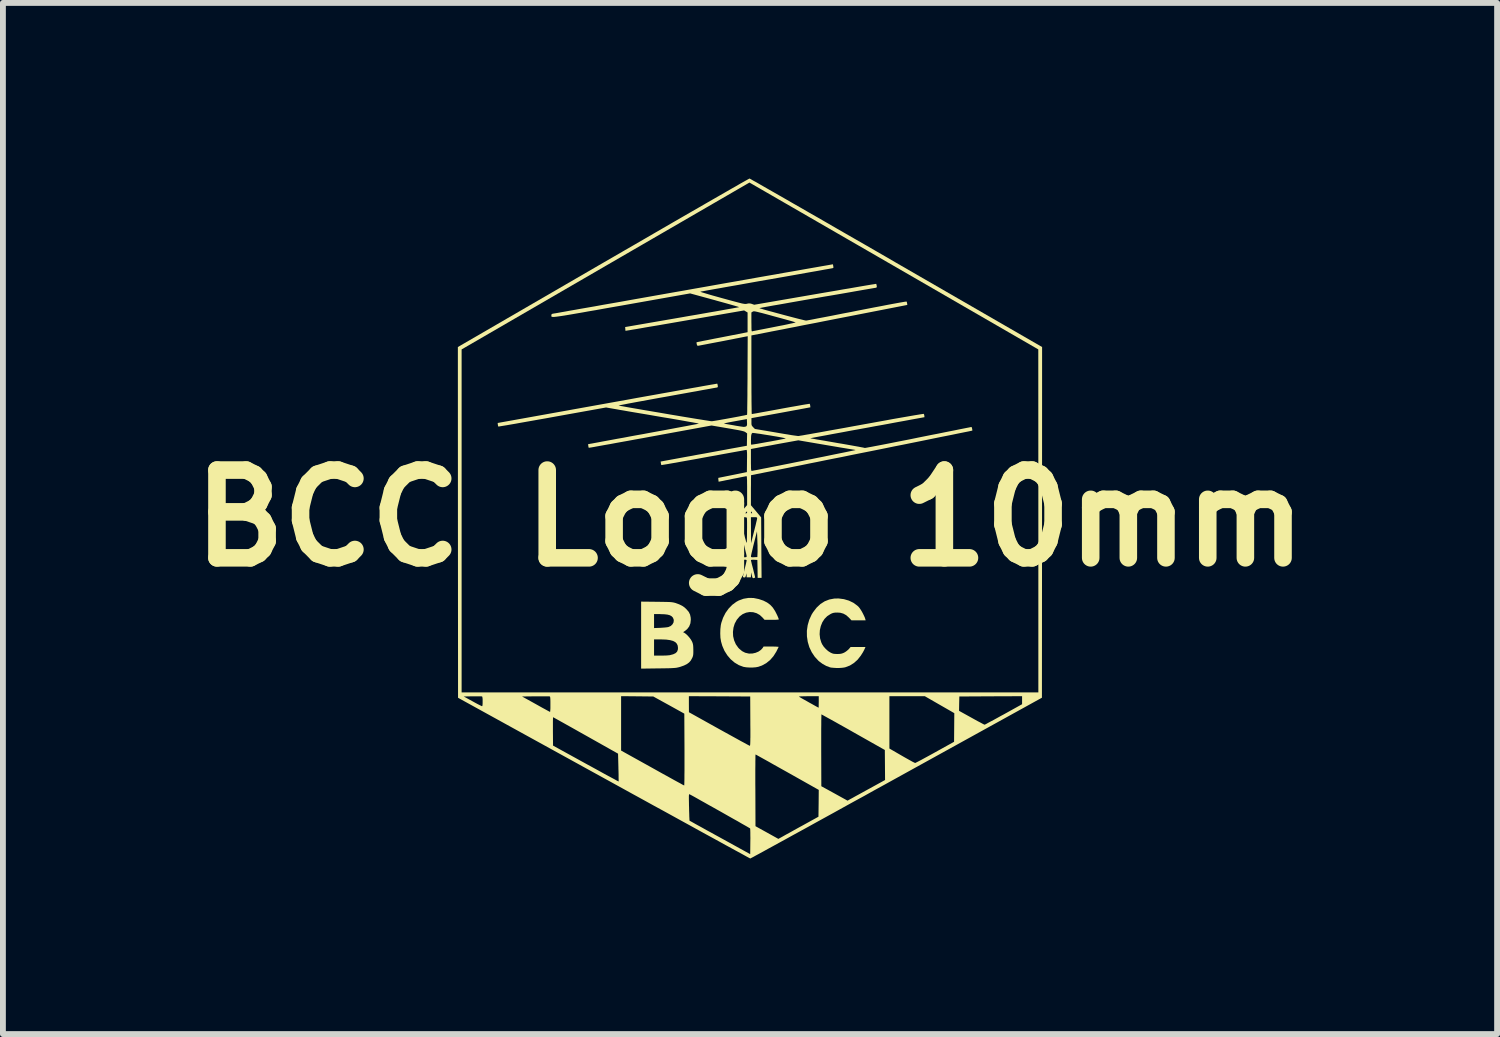
<source format=kicad_pcb>
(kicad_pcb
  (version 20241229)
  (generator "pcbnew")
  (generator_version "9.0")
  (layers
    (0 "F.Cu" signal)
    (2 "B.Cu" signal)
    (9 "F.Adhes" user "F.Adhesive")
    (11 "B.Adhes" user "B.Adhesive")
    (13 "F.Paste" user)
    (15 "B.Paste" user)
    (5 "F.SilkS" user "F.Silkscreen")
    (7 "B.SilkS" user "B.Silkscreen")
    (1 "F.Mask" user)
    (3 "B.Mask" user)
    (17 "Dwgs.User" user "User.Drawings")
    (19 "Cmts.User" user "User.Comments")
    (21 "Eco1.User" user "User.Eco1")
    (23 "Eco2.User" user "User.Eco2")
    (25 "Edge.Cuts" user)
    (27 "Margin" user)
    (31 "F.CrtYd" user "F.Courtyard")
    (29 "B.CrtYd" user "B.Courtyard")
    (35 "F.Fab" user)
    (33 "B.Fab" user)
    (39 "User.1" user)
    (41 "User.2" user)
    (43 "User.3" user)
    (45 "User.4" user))
  (footprint "BCC Logo 10mm"
    (layer "F.Cu")
    (at 9.764 5.803)
    (property "Reference" "BCC Logo 10mm" (at 0 0 0) (layer "F.SilkS") (effects (font (size 1.5 1.5) (thickness 0.3))))
    (attr board_only exclude_from_pos_files exclude_from_bom)
    (fp_poly (pts (xy 1.605 1.384) (xy 1.69 1.409) (xy 1.767 1.446) (xy 1.835 1.496) (xy 1.858 1.518) (xy 1.877 1.542) (xy 1.9 1.577) (xy 1.923 1.617) (xy 1.944 1.659) (xy 1.961 1.696) (xy 1.97 1.723) (xy 1.976 1.746) (xy 1.855 1.746) (xy 1.734 1.746) (xy 1.691 1.7) (xy 1.644 1.658) (xy 1.595 1.631) (xy 1.541 1.616) (xy 1.492 1.613) (xy 1.455 1.614) (xy 1.427 1.618) (xy 1.401 1.626) (xy 1.375 1.639) (xy 1.319 1.675) (xy 1.273 1.722) (xy 1.236 1.779) (xy 1.21 1.844) (xy 1.194 1.913) (xy 1.19 1.984) (xy 1.198 2.056) (xy 1.219 2.125) (xy 1.233 2.155) (xy 1.259 2.195) (xy 1.295 2.235) (xy 1.335 2.271) (xy 1.376 2.297) (xy 1.378 2.298) (xy 1.404 2.31) (xy 1.428 2.317) (xy 1.456 2.32) (xy 1.493 2.321) (xy 1.53 2.32) (xy 1.558 2.316) (xy 1.582 2.309) (xy 1.609 2.298) (xy 1.641 2.278) (xy 1.672 2.253) (xy 1.687 2.239) (xy 1.719 2.202) (xy 1.846 2.202) (xy 1.973 2.202) (xy 1.956 2.241) (xy 1.944 2.265) (xy 1.926 2.298) (xy 1.904 2.332) (xy 1.895 2.347) (xy 1.84 2.417) (xy 1.777 2.474) (xy 1.707 2.518) (xy 1.631 2.547) (xy 1.609 2.552) (xy 1.571 2.557) (xy 1.525 2.56) (xy 1.474 2.56) (xy 1.426 2.557) (xy 1.385 2.553) (xy 1.367 2.549) (xy 1.303 2.525) (xy 1.24 2.49) (xy 1.182 2.447) (xy 1.174 2.441) (xy 1.108 2.37) (xy 1.055 2.291) (xy 1.014 2.205) (xy 0.987 2.114) (xy 0.973 2.02) (xy 0.972 1.924) (xy 0.986 1.828) (xy 1.013 1.735) (xy 1.054 1.646) (xy 1.081 1.603) (xy 1.139 1.528) (xy 1.204 1.467) (xy 1.276 1.421) (xy 1.355 1.39) (xy 1.439 1.374) (xy 1.513 1.372)) (stroke (width 0) (type solid)) (fill yes) (layer "F.SilkS"))
    (fp_poly (pts (xy 0.06 1.364) (xy 0.149 1.382) (xy 0.152 1.383) (xy 0.229 1.409) (xy 0.292 1.441) (xy 0.345 1.48) (xy 0.39 1.528) (xy 0.429 1.588) (xy 0.452 1.633) (xy 0.469 1.668) (xy 0.482 1.699) (xy 0.49 1.72) (xy 0.492 1.731) (xy 0.492 1.731) (xy 0.483 1.733) (xy 0.461 1.735) (xy 0.428 1.737) (xy 0.388 1.737) (xy 0.369 1.737) (xy 0.249 1.737) (xy 0.215 1.699) (xy 0.168 1.655) (xy 0.113 1.624) (xy 0.054 1.607) (xy -0.007 1.604) (xy -0.067 1.615) (xy -0.125 1.64) (xy -0.176 1.678) (xy -0.179 1.681) (xy -0.226 1.737) (xy -0.261 1.802) (xy -0.282 1.871) (xy -0.291 1.944) (xy -0.288 2.017) (xy -0.271 2.088) (xy -0.242 2.155) (xy -0.2 2.214) (xy -0.184 2.231) (xy -0.135 2.272) (xy -0.083 2.299) (xy -0.024 2.313) (xy -0.012 2.314) (xy 0.041 2.313) (xy 0.095 2.301) (xy 0.145 2.28) (xy 0.187 2.251) (xy 0.216 2.219) (xy 0.232 2.194) (xy 0.361 2.194) (xy 0.405 2.194) (xy 0.442 2.195) (xy 0.47 2.197) (xy 0.486 2.198) (xy 0.489 2.199) (xy 0.486 2.208) (xy 0.476 2.228) (xy 0.462 2.256) (xy 0.451 2.279) (xy 0.402 2.357) (xy 0.344 2.424) (xy 0.277 2.478) (xy 0.204 2.518) (xy 0.141 2.54) (xy 0.099 2.548) (xy 0.047 2.552) (xy -0.008 2.552) (xy -0.06 2.549) (xy -0.104 2.542) (xy -0.113 2.54) (xy -0.191 2.511) (xy -0.264 2.467) (xy -0.33 2.411) (xy -0.387 2.344) (xy -0.436 2.267) (xy -0.473 2.182) (xy -0.494 2.109) (xy -0.505 2.043) (xy -0.508 1.97) (xy -0.506 1.896) (xy -0.498 1.826) (xy -0.49 1.79) (xy -0.46 1.702) (xy -0.418 1.619) (xy -0.365 1.545) (xy -0.303 1.481) (xy -0.234 1.43) (xy -0.192 1.407) (xy -0.11 1.377) (xy -0.026 1.363)) (stroke (width 0) (type solid)) (fill yes) (layer "F.SilkS"))
    (fp_poly (pts (xy -1.593 1.429) (xy -1.519 1.43) (xy -1.46 1.431) (xy -1.412 1.432) (xy -1.376 1.433) (xy -1.347 1.435) (xy -1.324 1.438) (xy -1.306 1.441) (xy -1.29 1.445) (xy -1.274 1.449) (xy -1.268 1.451) (xy -1.209 1.473) (xy -1.16 1.497) (xy -1.119 1.525) (xy -1.085 1.557) (xy -1.047 1.601) (xy -1.024 1.647) (xy -1.013 1.699) (xy -1.011 1.734) (xy -1.018 1.797) (xy -1.039 1.851) (xy -1.073 1.896) (xy -1.107 1.924) (xy -1.143 1.948) (xy -1.12 1.96) (xy -1.095 1.978) (xy -1.065 2.006) (xy -1.035 2.04) (xy -1.009 2.075) (xy -0.991 2.107) (xy -0.99 2.109) (xy -0.981 2.131) (xy -0.975 2.152) (xy -0.971 2.177) (xy -0.969 2.209) (xy -0.968 2.249) (xy -0.968 2.292) (xy -0.969 2.322) (xy -0.972 2.345) (xy -0.977 2.364) (xy -0.985 2.384) (xy -0.988 2.39) (xy -1.011 2.432) (xy -1.041 2.466) (xy -1.079 2.494) (xy -1.128 2.518) (xy -1.19 2.54) (xy -1.215 2.547) (xy -1.233 2.551) (xy -1.251 2.555) (xy -1.272 2.558) (xy -1.298 2.56) (xy -1.33 2.562) (xy -1.37 2.564) (xy -1.42 2.565) (xy -1.483 2.566) (xy -1.56 2.567) (xy -1.568 2.567) (xy -1.86 2.571) (xy -1.86 2.072) (xy -1.639 2.072) (xy -1.639 2.21) (xy -1.639 2.349) (xy -1.527 2.349) (xy -1.481 2.348) (xy -1.435 2.347) (xy -1.396 2.344) (xy -1.368 2.341) (xy -1.366 2.34) (xy -1.312 2.326) (xy -1.272 2.307) (xy -1.246 2.282) (xy -1.233 2.249) (xy -1.23 2.219) (xy -1.235 2.178) (xy -1.25 2.145) (xy -1.276 2.118) (xy -1.314 2.098) (xy -1.366 2.084) (xy -1.43 2.075) (xy -1.51 2.072) (xy -1.53 2.072) (xy -1.639 2.072) (xy -1.86 2.072) (xy -1.86 1.999) (xy -1.86 1.639) (xy -1.639 1.639) (xy -1.639 1.759) (xy -1.639 1.878) (xy -1.531 1.874) (xy -1.488 1.871) (xy -1.448 1.868) (xy -1.415 1.864) (xy -1.394 1.86) (xy -1.393 1.86) (xy -1.353 1.842) (xy -1.324 1.814) (xy -1.306 1.781) (xy -1.302 1.744) (xy -1.305 1.728) (xy -1.318 1.698) (xy -1.339 1.676) (xy -1.369 1.659) (xy -1.41 1.648) (xy -1.463 1.642) (xy -1.531 1.64) (xy -1.535 1.639) (xy -1.639 1.639) (xy -1.86 1.639) (xy -1.86 1.426)) (stroke (width 0) (type solid)) (fill yes) (layer "F.SilkS"))
    (fp_poly (pts (xy 0.000047 -5.799) (xy 0.022 -5.787) (xy 0.056 -5.767) (xy 0.104 -5.741) (xy 0.163 -5.707) (xy 0.234 -5.666) (xy 0.316 -5.619) (xy 0.409 -5.566) (xy 0.512 -5.507) (xy 0.624 -5.443) (xy 0.745 -5.373) (xy 0.875 -5.299) (xy 1.013 -5.219) (xy 1.159 -5.136) (xy 1.311 -5.048) (xy 1.47 -4.956) (xy 1.635 -4.861) (xy 1.806 -4.763) (xy 1.982 -4.662) (xy 2.162 -4.558) (xy 2.346 -4.452) (xy 2.498 -4.363) (xy 4.991 -2.924) (xy 4.99 0.072) (xy 4.988 3.068) (xy 2.501 4.442) (xy 2.313 4.546) (xy 2.129 4.647) (xy 1.95 4.747) (xy 1.774 4.843) (xy 1.604 4.937) (xy 1.44 5.028) (xy 1.282 5.115) (xy 1.131 5.198) (xy 0.987 5.278) (xy 0.85 5.353) (xy 0.722 5.423) (xy 0.603 5.489) (xy 0.493 5.549) (xy 0.393 5.604) (xy 0.303 5.653) (xy 0.224 5.697) (xy 0.156 5.734) (xy 0.1 5.764) (xy 0.057 5.788) (xy 0.026 5.804) (xy 0.009 5.813) (xy 0.005 5.815) (xy -0.003 5.811) (xy -0.024 5.8) (xy -0.059 5.781) (xy -0.106 5.755) (xy -0.166 5.722) (xy -0.238 5.683) (xy -0.32 5.638) (xy -0.414 5.587) (xy -0.517 5.53) (xy -0.63 5.468) (xy -0.753 5.401) (xy -0.884 5.329) (xy -1.023 5.252) (xy -1.169 5.172) (xy -1.323 5.087) (xy -1.483 4.999) (xy -1.65 4.908) (xy -1.822 4.813) (xy -1.902 4.769) (xy -1.044 4.769) (xy -1.044 4.804) (xy -1.043 4.851) (xy -1.042 4.912) (xy -1.041 4.939) (xy -1.04 4.998) (xy -1.038 5.051) (xy -1.037 5.097) (xy -1.035 5.134) (xy -1.034 5.158) (xy -1.033 5.168) (xy -1.033 5.169) (xy -1.026 5.173) (xy -1.005 5.184) (xy -0.973 5.202) (xy -0.929 5.227) (xy -0.876 5.256) (xy -0.814 5.29) (xy -0.745 5.329) (xy -0.669 5.37) (xy -0.588 5.415) (xy -0.513 5.456) (xy 0.004 5.741) (xy 0.006 5.524) (xy 0.007 5.466) (xy 0.006 5.413) (xy 0.006 5.368) (xy 0.005 5.333) (xy 0.004 5.31) (xy 0.002 5.301) (xy -0.006 5.296) (xy -0.027 5.284) (xy -0.059 5.265) (xy -0.102 5.241) (xy -0.153 5.212) (xy -0.211 5.178) (xy -0.276 5.142) (xy -0.345 5.103) (xy -0.417 5.062) (xy -0.491 5.02) (xy -0.566 4.978) (xy -0.639 4.937) (xy -0.711 4.897) (xy -0.778 4.859) (xy -0.841 4.824) (xy -0.897 4.792) (xy -0.945 4.765) (xy -0.985 4.743) (xy -1.013 4.728) (xy -1.03 4.719) (xy -1.033 4.717) (xy -1.037 4.717) (xy -1.04 4.72) (xy -1.042 4.728) (xy -1.044 4.744) (xy -1.044 4.769) (xy -1.902 4.769) (xy -1.999 4.716) (xy -2.18 4.616) (xy -2.365 4.514) (xy -2.496 4.442) (xy -4.09 3.564) (xy -3.367 3.564) (xy -3.367 3.623) (xy -3.367 3.644) (xy -3.365 3.886) (xy -2.806 4.194) (xy -2.718 4.242) (xy -2.634 4.288) (xy -2.556 4.331) (xy -2.484 4.371) (xy -2.419 4.406) (xy -2.363 4.436) (xy -2.316 4.461) (xy -2.281 4.481) (xy -2.257 4.493) (xy -2.246 4.499) (xy -2.245 4.499) (xy -2.244 4.49) (xy -2.244 4.468) (xy -2.245 4.433) (xy -2.245 4.388) (xy -2.246 4.335) (xy -2.248 4.275) (xy -2.248 4.26) (xy -2.254 4.024) (xy -2.806 3.713) (xy -2.894 3.664) (xy -2.977 3.617) (xy -3.055 3.573) (xy -3.127 3.533) (xy -3.191 3.497) (xy -3.247 3.466) (xy -3.293 3.44) (xy -3.329 3.42) (xy -3.352 3.407) (xy -3.363 3.402) (xy -3.364 3.401) (xy -3.365 3.409) (xy -3.366 3.431) (xy -3.367 3.466) (xy -3.367 3.51) (xy -3.367 3.564) (xy -4.09 3.564) (xy -4.988 3.069) (xy -4.988 3.047) (xy -4.89 3.047) (xy -4.739 3.13) (xy -4.694 3.155) (xy -4.653 3.177) (xy -4.619 3.194) (xy -4.593 3.207) (xy -4.58 3.213) (xy -4.578 3.213) (xy -4.573 3.209) (xy -4.57 3.193) (xy -4.568 3.164) (xy -4.568 3.132) (xy -4.568 3.091) (xy -4.571 3.064) (xy -4.575 3.049) (xy -4.578 3.047) (xy -3.894 3.047) (xy -3.658 3.178) (xy -3.601 3.21) (xy -3.549 3.239) (xy -3.503 3.264) (xy -3.465 3.285) (xy -3.437 3.3) (xy -3.42 3.309) (xy -3.416 3.311) (xy -3.414 3.304) (xy -3.412 3.282) (xy -3.41 3.25) (xy -3.41 3.21) (xy -3.41 3.181) (xy -3.41 3.128) (xy -3.411 3.09) (xy -3.413 3.065) (xy -3.416 3.051) (xy -3.42 3.046) (xy -3.43 3.045) (xy -3.455 3.044) (xy -3.492 3.044) (xy -3.538 3.044) (xy -3.592 3.044) (xy -3.652 3.044) (xy -3.662 3.044) (xy -3.894 3.047) (xy -4.578 3.047) (xy -4.578 3.046) (xy -4.589 3.045) (xy -4.614 3.044) (xy -4.65 3.044) (xy -4.693 3.044) (xy -4.739 3.044) (xy -4.89 3.047) (xy -4.988 3.047) (xy -4.988 3.042) (xy -2.202 3.042) (xy -2.202 3.506) (xy -2.202 3.971) (xy -1.666 4.269) (xy -1.58 4.317) (xy -1.498 4.363) (xy -1.421 4.405) (xy -1.351 4.444) (xy -1.288 4.479) (xy -1.233 4.509) (xy -1.188 4.533) (xy -1.155 4.552) (xy -1.133 4.563) (xy -1.124 4.568) (xy -1.124 4.568) (xy -1.123 4.56) (xy -1.122 4.537) (xy -1.121 4.5) (xy -1.12 4.452) (xy 0.091 4.452) (xy 0.091 4.545) (xy 0.092 4.643) (xy 0.092 4.65) (xy 0.094 5.263) (xy 0.289 5.371) (xy 0.485 5.48) (xy 0.534 5.453) (xy 0.552 5.443) (xy 0.582 5.426) (xy 0.623 5.403) (xy 0.673 5.376) (xy 0.73 5.344) (xy 0.791 5.31) (xy 0.856 5.274) (xy 0.877 5.263) (xy 1.17 5.101) (xy 1.173 4.872) (xy 1.175 4.643) (xy 0.637 4.34) (xy 0.551 4.292) (xy 0.469 4.246) (xy 0.392 4.203) (xy 0.322 4.163) (xy 0.259 4.128) (xy 0.205 4.098) (xy 0.16 4.073) (xy 0.126 4.054) (xy 0.104 4.042) (xy 0.095 4.038) (xy 0.095 4.038) (xy 0.094 4.046) (xy 0.093 4.069) (xy 0.093 4.105) (xy 0.092 4.155) (xy 0.092 4.215) (xy 0.091 4.286) (xy 0.091 4.365) (xy 0.091 4.452) (xy -1.12 4.452) (xy -1.12 4.451) (xy -1.12 4.39) (xy -1.119 4.319) (xy -1.119 4.24) (xy -1.119 4.153) (xy -1.119 4.06) (xy -1.119 3.962) (xy -1.119 3.954) (xy -1.122 3.34) (xy -1.387 3.193) (xy -1.652 3.047) (xy -1.927 3.044) (xy -2.144 3.042) (xy -1.044 3.042) (xy -1.044 3.179) (xy -1.043 3.316) (xy -0.528 3.603) (xy -0.443 3.65) (xy -0.363 3.694) (xy -0.287 3.736) (xy -0.218 3.774) (xy -0.157 3.808) (xy -0.104 3.836) (xy -0.061 3.86) (xy -0.029 3.877) (xy -0.009 3.887) (xy -0.002 3.89) (xy 0.000384 3.887) (xy 0.002 3.878) (xy 0.004 3.86) (xy 0.005 3.833) (xy 0.006 3.796) (xy 0.006 3.767) (xy 1.217 3.767) (xy 1.217 3.86) (xy 1.217 3.958) (xy 1.217 3.966) (xy 1.219 4.58) (xy 1.443 4.703) (xy 1.667 4.827) (xy 1.716 4.799) (xy 1.735 4.789) (xy 1.766 4.772) (xy 1.807 4.749) (xy 1.857 4.722) (xy 1.913 4.691) (xy 1.973 4.658) (xy 2.037 4.623) (xy 2.037 4.623) (xy 2.308 4.474) (xy 2.306 4.217) (xy 2.304 3.961) (xy 1.766 3.657) (xy 1.68 3.608) (xy 1.598 3.562) (xy 1.521 3.519) (xy 1.45 3.479) (xy 1.387 3.444) (xy 1.332 3.414) (xy 1.287 3.389) (xy 1.253 3.37) (xy 1.231 3.358) (xy 1.222 3.353) (xy 1.221 3.353) (xy 1.22 3.361) (xy 1.22 3.384) (xy 1.219 3.42) (xy 1.218 3.47) (xy 1.218 3.53) (xy 1.217 3.601) (xy 1.217 3.68) (xy 1.217 3.767) (xy 0.006 3.767) (xy 0.007 3.748) (xy 0.007 3.688) (xy 0.007 3.614) (xy 0.006 3.525) (xy 0.006 3.469) (xy 0.004 3.05) (xy 0.836 3.05) (xy 0.836 3.05) (xy 0.845 3.055) (xy 0.865 3.067) (xy 0.894 3.084) (xy 0.93 3.104) (xy 0.971 3.127) (xy 1.013 3.151) (xy 1.055 3.174) (xy 1.094 3.196) (xy 1.128 3.215) (xy 1.154 3.229) (xy 1.169 3.237) (xy 1.173 3.238) (xy 1.173 3.231) (xy 1.174 3.21) (xy 1.174 3.179) (xy 1.175 3.141) (xy 1.175 3.14) (xy 1.175 3.042) (xy 2.382 3.042) (xy 2.382 3.489) (xy 2.382 3.936) (xy 2.596 4.06) (xy 2.65 4.091) (xy 2.7 4.119) (xy 2.743 4.143) (xy 2.779 4.163) (xy 2.806 4.176) (xy 2.82 4.183) (xy 2.822 4.183) (xy 2.832 4.179) (xy 2.854 4.168) (xy 2.887 4.151) (xy 2.931 4.128) (xy 2.982 4.1) (xy 3.041 4.068) (xy 3.105 4.033) (xy 3.161 4.002) (xy 3.487 3.821) (xy 3.489 3.577) (xy 3.491 3.332) (xy 3.422 3.292) (xy 3.572 3.292) (xy 3.787 3.411) (xy 3.841 3.441) (xy 3.89 3.468) (xy 3.934 3.491) (xy 3.969 3.51) (xy 3.994 3.523) (xy 4.008 3.529) (xy 4.009 3.529) (xy 4.018 3.525) (xy 4.04 3.514) (xy 4.072 3.496) (xy 4.115 3.473) (xy 4.166 3.446) (xy 4.224 3.414) (xy 4.287 3.379) (xy 4.334 3.354) (xy 4.649 3.179) (xy 4.649 3.111) (xy 4.649 3.042) (xy 4.113 3.044) (xy 3.577 3.047) (xy 3.574 3.169) (xy 3.572 3.292) (xy 3.422 3.292) (xy 3.239 3.187) (xy 2.987 3.042) (xy 2.685 3.042) (xy 2.382 3.042) (xy 1.175 3.042) (xy 1.002 3.042) (xy 0.945 3.043) (xy 0.899 3.044) (xy 0.864 3.045) (xy 0.843 3.047) (xy 0.836 3.05) (xy 0.004 3.05) (xy 0.004 3.047) (xy -0.52 3.044) (xy -1.044 3.042) (xy -2.144 3.042) (xy -2.202 3.042) (xy -4.988 3.042) (xy -4.988 2.977) (xy -4.927 2.977) (xy 0 2.977) (xy 4.927 2.977) (xy 4.927 0.047) (xy 4.926 -2.883) (xy 2.459 -4.309) (xy -0.009 -5.734) (xy -2.468 -4.309) (xy -4.927 -2.883) (xy -4.927 0.047) (xy -4.927 2.977) (xy -4.988 2.977) (xy -4.99 0.072) (xy -4.991 -2.924) (xy -2.507 -4.364) (xy -2.32 -4.472) (xy -2.137 -4.578) (xy -1.958 -4.681) (xy -1.784 -4.782) (xy -1.615 -4.88) (xy -1.451 -4.975) (xy -1.294 -5.066) (xy -1.143 -5.153) (xy -0.999 -5.236) (xy -0.863 -5.314) (xy -0.735 -5.388) (xy -0.615 -5.457) (xy -0.505 -5.52) (xy -0.404 -5.578) (xy -0.314 -5.63) (xy -0.234 -5.675) (xy -0.166 -5.715) (xy -0.109 -5.747) (xy -0.064 -5.772) (xy -0.032 -5.79) (xy -0.013 -5.8) (xy -0.008 -5.803)) (stroke (width 0) (type solid)) (fill yes) (layer "F.SilkS"))
    (fp_poly (pts (xy 1.419 -4.329) (xy 1.422 -4.31) (xy 1.423 -4.305) (xy 1.426 -4.285) (xy 1.422 -4.275) (xy 1.41 -4.271) (xy 1.41 -4.27) (xy 1.4 -4.269) (xy 1.374 -4.264) (xy 1.335 -4.257) (xy 1.282 -4.248) (xy 1.217 -4.236) (xy 1.14 -4.222) (xy 1.053 -4.207) (xy 0.957 -4.19) (xy 0.852 -4.171) (xy 0.739 -4.151) (xy 0.62 -4.13) (xy 0.494 -4.108) (xy 0.364 -4.085) (xy 0.277 -4.07) (xy 0.145 -4.047) (xy 0.016 -4.024) (xy -0.107 -4.002) (xy -0.223 -3.981) (xy -0.333 -3.962) (xy -0.435 -3.944) (xy -0.528 -3.927) (xy -0.61 -3.913) (xy -0.682 -3.9) (xy -0.743 -3.889) (xy -0.79 -3.88) (xy -0.824 -3.874) (xy -0.844 -3.87) (xy -0.848 -3.869) (xy -0.843 -3.866) (xy -0.824 -3.859) (xy -0.791 -3.849) (xy -0.748 -3.836) (xy -0.694 -3.82) (xy -0.632 -3.802) (xy -0.563 -3.783) (xy -0.488 -3.762) (xy -0.477 -3.759) (xy -0.39 -3.735) (xy -0.316 -3.715) (xy -0.256 -3.699) (xy -0.207 -3.686) (xy -0.168 -3.676) (xy -0.137 -3.668) (xy -0.114 -3.664) (xy -0.096 -3.661) (xy -0.082 -3.66) (xy -0.071 -3.66) (xy -0.061 -3.661) (xy -0.05 -3.664) (xy -0.05 -3.664) (xy -0.021 -3.669) (xy 0.002 -3.668) (xy 0.027 -3.662) (xy 0.033 -3.66) (xy 0.072 -3.646) (xy 1.114 -3.826) (xy 1.242 -3.848) (xy 1.365 -3.869) (xy 1.483 -3.889) (xy 1.595 -3.909) (xy 1.699 -3.926) (xy 1.796 -3.943) (xy 1.882 -3.958) (xy 1.959 -3.971) (xy 2.025 -3.982) (xy 2.078 -3.991) (xy 2.119 -3.997) (xy 2.145 -4.002) (xy 2.157 -4.003) (xy 2.157 -4.003) (xy 2.16 -3.994) (xy 2.164 -3.976) (xy 2.165 -3.971) (xy 2.167 -3.951) (xy 2.163 -3.942) (xy 2.152 -3.937) (xy 2.141 -3.935) (xy 2.116 -3.931) (xy 2.077 -3.924) (xy 2.024 -3.915) (xy 1.959 -3.904) (xy 1.884 -3.891) (xy 1.798 -3.876) (xy 1.703 -3.859) (xy 1.6 -3.841) (xy 1.49 -3.822) (xy 1.373 -3.802) (xy 1.252 -3.782) (xy 1.144 -3.763) (xy 1.02 -3.742) (xy 0.9 -3.721) (xy 0.786 -3.701) (xy 0.678 -3.682) (xy 0.578 -3.664) (xy 0.486 -3.648) (xy 0.403 -3.634) (xy 0.332 -3.621) (xy 0.271 -3.61) (xy 0.223 -3.601) (xy 0.188 -3.594) (xy 0.167 -3.59) (xy 0.162 -3.588) (xy 0.171 -3.584) (xy 0.195 -3.577) (xy 0.231 -3.566) (xy 0.277 -3.553) (xy 0.331 -3.538) (xy 0.392 -3.522) (xy 0.457 -3.504) (xy 0.525 -3.486) (xy 0.595 -3.467) (xy 0.663 -3.449) (xy 0.728 -3.432) (xy 0.789 -3.416) (xy 0.844 -3.402) (xy 0.89 -3.391) (xy 0.925 -3.382) (xy 0.949 -3.377) (xy 0.958 -3.376) (xy 0.97 -3.377) (xy 0.996 -3.382) (xy 1.036 -3.389) (xy 1.088 -3.399) (xy 1.153 -3.412) (xy 1.228 -3.426) (xy 1.312 -3.442) (xy 1.405 -3.46) (xy 1.505 -3.48) (xy 1.612 -3.501) (xy 1.724 -3.522) (xy 1.827 -3.543) (xy 1.981 -3.573) (xy 2.119 -3.6) (xy 2.242 -3.623) (xy 2.349 -3.644) (xy 2.44 -3.661) (xy 2.517 -3.675) (xy 2.578 -3.686) (xy 2.624 -3.694) (xy 2.656 -3.699) (xy 2.673 -3.7) (xy 2.677 -3.7) (xy 2.681 -3.686) (xy 2.685 -3.667) (xy 2.688 -3.643) (xy 1.66 -3.442) (xy 1.526 -3.416) (xy 1.393 -3.39) (xy 1.261 -3.364) (xy 1.131 -3.338) (xy 1.006 -3.314) (xy 0.887 -3.291) (xy 0.774 -3.268) (xy 0.669 -3.248) (xy 0.575 -3.229) (xy 0.491 -3.213) (xy 0.419 -3.199) (xy 0.361 -3.188) (xy 0.328 -3.181) (xy 0.024 -3.122) (xy 0.024 -2.45) (xy 0.025 -2.347) (xy 0.025 -2.249) (xy 0.025 -2.156) (xy 0.026 -2.071) (xy 0.026 -1.995) (xy 0.027 -1.928) (xy 0.028 -1.872) (xy 0.028 -1.828) (xy 0.029 -1.797) (xy 0.03 -1.781) (xy 0.031 -1.778) (xy 0.04 -1.78) (xy 0.063 -1.784) (xy 0.1 -1.79) (xy 0.149 -1.799) (xy 0.208 -1.81) (xy 0.276 -1.822) (xy 0.352 -1.836) (xy 0.434 -1.851) (xy 0.521 -1.867) (xy 0.525 -1.868) (xy 0.612 -1.884) (xy 0.695 -1.899) (xy 0.771 -1.912) (xy 0.839 -1.924) (xy 0.899 -1.935) (xy 0.948 -1.943) (xy 0.986 -1.949) (xy 1.01 -1.953) (xy 1.02 -1.954) (xy 1.02 -1.954) (xy 1.025 -1.944) (xy 1.029 -1.924) (xy 1.029 -1.922) (xy 1.032 -1.894) (xy 0.947 -1.878) (xy 0.921 -1.873) (xy 0.882 -1.866) (xy 0.831 -1.856) (xy 0.769 -1.845) (xy 0.699 -1.832) (xy 0.623 -1.818) (xy 0.542 -1.803) (xy 0.459 -1.788) (xy 0.443 -1.785) (xy 0.025 -1.709) (xy 0.025 -1.646) (xy 0.025 -1.614) (xy 0.027 -1.594) (xy 0.033 -1.579) (xy 0.044 -1.565) (xy 0.054 -1.554) (xy 0.084 -1.524) (xy 0.44 -1.464) (xy 0.515 -1.451) (xy 0.586 -1.439) (xy 0.651 -1.429) (xy 0.708 -1.419) (xy 0.756 -1.412) (xy 0.793 -1.407) (xy 0.816 -1.404) (xy 0.824 -1.403) (xy 0.835 -1.404) (xy 0.862 -1.409) (xy 0.902 -1.415) (xy 0.956 -1.425) (xy 1.022 -1.436) (xy 1.099 -1.45) (xy 1.186 -1.465) (xy 1.283 -1.483) (xy 1.388 -1.502) (xy 1.5 -1.522) (xy 1.618 -1.543) (xy 1.742 -1.566) (xy 1.87 -1.589) (xy 1.907 -1.596) (xy 2.052 -1.622) (xy 2.189 -1.647) (xy 2.317 -1.67) (xy 2.435 -1.692) (xy 2.544 -1.711) (xy 2.642 -1.728) (xy 2.728 -1.743) (xy 2.803 -1.756) (xy 2.864 -1.766) (xy 2.912 -1.774) (xy 2.946 -1.779) (xy 2.965 -1.782) (xy 2.969 -1.781) (xy 2.975 -1.769) (xy 2.979 -1.75) (xy 2.981 -1.725) (xy 2.777 -1.688) (xy 2.739 -1.681) (xy 2.686 -1.671) (xy 2.621 -1.659) (xy 2.543 -1.645) (xy 2.456 -1.629) (xy 2.361 -1.611) (xy 2.258 -1.592) (xy 2.15 -1.573) (xy 2.038 -1.552) (xy 1.923 -1.531) (xy 1.808 -1.51) (xy 1.801 -1.509) (xy 1.691 -1.489) (xy 1.586 -1.469) (xy 1.487 -1.451) (xy 1.394 -1.434) (xy 1.31 -1.418) (xy 1.234 -1.404) (xy 1.169 -1.392) (xy 1.115 -1.382) (xy 1.073 -1.374) (xy 1.045 -1.368) (xy 1.031 -1.365) (xy 1.03 -1.365) (xy 1.038 -1.363) (xy 1.061 -1.359) (xy 1.097 -1.353) (xy 1.145 -1.344) (xy 1.204 -1.334) (xy 1.271 -1.323) (xy 1.345 -1.31) (xy 1.426 -1.296) (xy 1.493 -1.284) (xy 1.578 -1.27) (xy 1.658 -1.256) (xy 1.731 -1.243) (xy 1.797 -1.231) (xy 1.854 -1.221) (xy 1.9 -1.212) (xy 1.934 -1.206) (xy 1.954 -1.201) (xy 1.96 -1.2) (xy 1.969 -1.2) (xy 1.993 -1.204) (xy 2.03 -1.211) (xy 2.081 -1.22) (xy 2.143 -1.232) (xy 2.217 -1.246) (xy 2.3 -1.262) (xy 2.392 -1.28) (xy 2.492 -1.3) (xy 2.599 -1.321) (xy 2.712 -1.343) (xy 2.829 -1.367) (xy 2.872 -1.376) (xy 2.992 -1.4) (xy 3.106 -1.423) (xy 3.215 -1.444) (xy 3.318 -1.465) (xy 3.413 -1.484) (xy 3.5 -1.501) (xy 3.577 -1.517) (xy 3.643 -1.53) (xy 3.698 -1.541) (xy 3.74 -1.549) (xy 3.769 -1.555) (xy 3.783 -1.558) (xy 3.784 -1.558) (xy 3.789 -1.551) (xy 3.794 -1.534) (xy 3.798 -1.515) (xy 3.799 -1.5) (xy 3.798 -1.495) (xy 3.79 -1.494) (xy 3.767 -1.489) (xy 3.73 -1.481) (xy 3.679 -1.471) (xy 3.615 -1.458) (xy 3.54 -1.443) (xy 3.454 -1.425) (xy 3.358 -1.406) (xy 3.252 -1.385) (xy 3.139 -1.362) (xy 3.018 -1.337) (xy 2.89 -1.311) (xy 2.756 -1.284) (xy 2.618 -1.256) (xy 2.475 -1.228) (xy 2.329 -1.198) (xy 2.181 -1.168) (xy 2.031 -1.138) (xy 1.88 -1.108) (xy 1.73 -1.078) (xy 1.581 -1.047) (xy 1.433 -1.018) (xy 1.288 -0.989) (xy 1.147 -0.96) (xy 1.01 -0.933) (xy 0.879 -0.906) (xy 0.753 -0.881) (xy 0.635 -0.857) (xy 0.524 -0.835) (xy 0.422 -0.815) (xy 0.33 -0.796) (xy 0.248 -0.78) (xy 0.177 -0.765) (xy 0.118 -0.754) (xy 0.072 -0.744) (xy 0.04 -0.738) (xy 0.022 -0.735) (xy 0.019 -0.734) (xy 0.018 -0.726) (xy 0.018 -0.704) (xy 0.017 -0.669) (xy 0.017 -0.624) (xy 0.017 -0.571) (xy 0.016 -0.511) (xy 0.016 -0.478) (xy 0.016 -0.221) (xy 0.104 -0.117) (xy 0.191 -0.013) (xy 0.194 0.503) (xy 0.198 1.02) (xy 0.164 1.02) (xy 0.131 1.02) (xy 0.129 0.867) (xy 0.126 0.714) (xy 0.071 0.711) (xy 0.039 0.711) (xy 0.022 0.713) (xy 0.016 0.719) (xy 0.018 0.73) (xy 0.024 0.753) (xy 0.032 0.788) (xy 0.043 0.829) (xy 0.054 0.871) (xy 0.065 0.917) (xy 0.075 0.956) (xy 0.083 0.988) (xy 0.087 1.009) (xy 0.088 1.016) (xy 0.079 1.019) (xy 0.065 1.024) (xy 0.053 1.025) (xy 0.046 1.021) (xy 0.04 1.009) (xy 0.033 0.984) (xy 0.031 0.977) (xy 0.018 0.926) (xy 0.017 0.969) (xy 0.016 1.011) (xy -0.02 1.011) (xy -0.057 1.011) (xy -0.058 0.977) (xy -0.059 0.942) (xy -0.069 0.979) (xy -0.076 1.001) (xy -0.084 1.012) (xy -0.096 1.014) (xy -0.098 1.013) (xy -0.114 1.01) (xy -0.121 1.007) (xy -0.12 0.999) (xy -0.116 0.977) (xy -0.109 0.945) (xy -0.099 0.904) (xy -0.091 0.869) (xy -0.08 0.824) (xy -0.07 0.784) (xy -0.063 0.751) (xy -0.058 0.729) (xy -0.057 0.722) (xy -0.061 0.715) (xy -0.073 0.711) (xy -0.097 0.71) (xy -0.11 0.71) (xy -0.163 0.71) (xy -0.163 0.869) (xy -0.163 1.028) (xy -0.196 1.028) (xy -0.228 1.028) (xy -0.228 0.669) (xy -0.163 0.669) (xy -0.11 0.669) (xy -0.082 0.668) (xy -0.066 0.666) (xy -0.059 0.661) (xy -0.057 0.652) (xy -0.057 0.651) (xy 0.017 0.651) (xy 0.017 0.661) (xy 0.023 0.666) (xy 0.036 0.668) (xy 0.061 0.668) (xy 0.071 0.667) (xy 0.126 0.665) (xy 0.129 0.595) (xy 0.13 0.564) (xy 0.129 0.52) (xy 0.129 0.469) (xy 0.127 0.415) (xy 0.126 0.375) (xy 0.12 0.224) (xy 0.068 0.428) (xy 0.054 0.484) (xy 0.042 0.536) (xy 0.031 0.581) (xy 0.023 0.617) (xy 0.018 0.641) (xy 0.017 0.651) (xy -0.057 0.651) (xy -0.057 0.649) (xy -0.059 0.638) (xy -0.064 0.613) (xy -0.073 0.578) (xy -0.083 0.535) (xy -0.094 0.487) (xy -0.107 0.437) (xy -0.119 0.387) (xy -0.131 0.34) (xy -0.142 0.3) (xy -0.15 0.267) (xy -0.156 0.246) (xy -0.158 0.241) (xy -0.159 0.246) (xy -0.16 0.266) (xy -0.161 0.298) (xy -0.162 0.341) (xy -0.162 0.392) (xy -0.162 0.449) (xy -0.162 0.451) (xy -0.163 0.669) (xy -0.228 0.669) (xy -0.228 0.505) (xy -0.228 0.006) (xy -0.163 0.006) (xy -0.161 0.019) (xy -0.156 0.046) (xy -0.147 0.083) (xy -0.137 0.127) (xy -0.125 0.176) (xy -0.112 0.228) (xy -0.099 0.279) (xy -0.087 0.327) (xy -0.075 0.369) (xy -0.066 0.403) (xy -0.063 0.41) (xy -0.06 0.419) (xy -0.058 0.421) (xy -0.056 0.415) (xy -0.054 0.4) (xy -0.053 0.373) (xy -0.052 0.335) (xy -0.051 0.283) (xy -0.051 0.224) (xy -0.05 0.166) (xy -0.05 0.112) (xy -0.05 0.066) (xy -0.051 0.029) (xy -0.052 0.005) (xy -0.053 -0.006) (xy -0.053 -0.006) (xy -0.064 -0.013) (xy -0.091 -0.016) (xy -0.11 -0.016) (xy 0.016 -0.016) (xy 0.017 0.206) (xy 0.018 0.428) (xy 0.07 0.224) (xy 0.084 0.168) (xy 0.097 0.117) (xy 0.107 0.072) (xy 0.116 0.036) (xy 0.121 0.012) (xy 0.122 0.002) (xy 0.121 -0.008) (xy 0.115 -0.013) (xy 0.1 -0.016) (xy 0.074 -0.016) (xy 0.069 -0.016) (xy 0.016 -0.016) (xy -0.11 -0.016) (xy -0.138 -0.016) (xy -0.154 -0.014) (xy -0.161 -0.009) (xy -0.163 0.001) (xy -0.163 0.006) (xy -0.228 0.006) (xy -0.228 -0.018) (xy -0.168 -0.086) (xy -0.079 -0.086) (xy -0.077 -0.082) (xy -0.067 -0.082) (xy -0.052 -0.087) (xy -0.049 -0.098) (xy 0.016 -0.098) (xy 0.022 -0.084) (xy 0.029 -0.082) (xy 0.037 -0.084) (xy 0.034 -0.095) (xy 0.033 -0.098) (xy 0.024 -0.111) (xy 0.02 -0.114) (xy 0.017 -0.107) (xy 0.016 -0.098) (xy -0.049 -0.098) (xy -0.05 -0.111) (xy -0.052 -0.114) (xy -0.059 -0.109) (xy -0.069 -0.098) (xy -0.079 -0.086) (xy -0.168 -0.086) (xy -0.139 -0.12) (xy -0.049 -0.223) (xy -0.049 -0.47) (xy -0.049 -0.543) (xy -0.05 -0.602) (xy -0.05 -0.646) (xy -0.052 -0.679) (xy -0.053 -0.701) (xy -0.056 -0.713) (xy -0.059 -0.717) (xy -0.059 -0.718) (xy -0.069 -0.716) (xy -0.094 -0.711) (xy -0.13 -0.704) (xy -0.175 -0.695) (xy -0.229 -0.684) (xy -0.287 -0.673) (xy -0.302 -0.67) (xy -0.361 -0.657) (xy -0.415 -0.647) (xy -0.461 -0.637) (xy -0.498 -0.63) (xy -0.523 -0.625) (xy -0.535 -0.623) (xy -0.536 -0.623) (xy -0.537 -0.631) (xy -0.539 -0.65) (xy -0.54 -0.656) (xy -0.542 -0.688) (xy -0.298 -0.737) (xy -0.053 -0.787) (xy -0.051 -0.977) (xy -0.051 -0.994) (xy 0.016 -0.994) (xy 0.016 -0.935) (xy 0.017 -0.889) (xy 0.017 -0.856) (xy 0.019 -0.833) (xy 0.021 -0.819) (xy 0.023 -0.811) (xy 0.027 -0.808) (xy 0.032 -0.808) (xy 0.042 -0.809) (xy 0.067 -0.814) (xy 0.106 -0.821) (xy 0.157 -0.831) (xy 0.221 -0.844) (xy 0.295 -0.858) (xy 0.379 -0.875) (xy 0.471 -0.893) (xy 0.571 -0.913) (xy 0.678 -0.934) (xy 0.79 -0.957) (xy 0.907 -0.98) (xy 0.923 -0.984) (xy 1.04 -1.007) (xy 1.152 -1.03) (xy 1.259 -1.051) (xy 1.36 -1.072) (xy 1.452 -1.091) (xy 1.536 -1.108) (xy 1.611 -1.123) (xy 1.674 -1.136) (xy 1.726 -1.147) (xy 1.766 -1.155) (xy 1.791 -1.16) (xy 1.802 -1.163) (xy 1.802 -1.163) (xy 1.799 -1.166) (xy 1.796 -1.166) (xy 1.786 -1.168) (xy 1.762 -1.172) (xy 1.725 -1.178) (xy 1.675 -1.186) (xy 1.616 -1.196) (xy 1.547 -1.207) (xy 1.471 -1.22) (xy 1.389 -1.234) (xy 1.306 -1.248) (xy 0.826 -1.33) (xy 0.444 -1.261) (xy 0.366 -1.246) (xy 0.293 -1.233) (xy 0.226 -1.221) (xy 0.166 -1.21) (xy 0.116 -1.2) (xy 0.077 -1.193) (xy 0.051 -1.188) (xy 0.039 -1.186) (xy 0.016 -1.181) (xy 0.016 -0.994) (xy -0.051 -0.994) (xy -0.05 -1.04) (xy -0.05 -1.088) (xy -0.051 -1.123) (xy -0.053 -1.147) (xy -0.055 -1.161) (xy -0.058 -1.166) (xy -0.059 -1.166) (xy -0.068 -1.165) (xy -0.093 -1.161) (xy -0.131 -1.154) (xy -0.181 -1.145) (xy -0.243 -1.134) (xy -0.315 -1.121) (xy -0.397 -1.106) (xy -0.486 -1.09) (xy -0.582 -1.072) (xy -0.684 -1.054) (xy -0.789 -1.035) (xy -0.895 -1.015) (xy -0.997 -0.997) (xy -1.092 -0.98) (xy -1.181 -0.964) (xy -1.262 -0.949) (xy -1.334 -0.937) (xy -1.395 -0.926) (xy -1.444 -0.918) (xy -1.482 -0.912) (xy -1.505 -0.908) (xy -1.514 -0.907) (xy -1.518 -0.917) (xy -1.522 -0.937) (xy -1.522 -0.939) (xy -1.527 -0.967) (xy -1.088 -1.048) (xy -0.992 -1.065) (xy -0.892 -1.084) (xy -0.789 -1.102) (xy -0.686 -1.121) (xy -0.588 -1.139) (xy -0.496 -1.156) (xy -0.414 -1.171) (xy -0.351 -1.183) (xy -0.053 -1.237) (xy -0.052 -1.305) (xy 0.017 -1.305) (xy 0.017 -1.278) (xy 0.019 -1.26) (xy 0.02 -1.255) (xy 0.029 -1.256) (xy 0.051 -1.259) (xy 0.085 -1.264) (xy 0.129 -1.271) (xy 0.179 -1.28) (xy 0.235 -1.29) (xy 0.294 -1.301) (xy 0.354 -1.311) (xy 0.412 -1.322) (xy 0.467 -1.332) (xy 0.516 -1.342) (xy 0.557 -1.35) (xy 0.588 -1.356) (xy 0.607 -1.361) (xy 0.612 -1.363) (xy 0.604 -1.365) (xy 0.582 -1.37) (xy 0.549 -1.377) (xy 0.506 -1.385) (xy 0.456 -1.394) (xy 0.401 -1.403) (xy 0.343 -1.413) (xy 0.285 -1.422) (xy 0.228 -1.431) (xy 0.174 -1.44) (xy 0.127 -1.446) (xy 0.088 -1.452) (xy 0.06 -1.455) (xy 0.044 -1.457) (xy 0.042 -1.456) (xy 0.029 -1.444) (xy 0.022 -1.421) (xy 0.019 -1.4) (xy 0.018 -1.37) (xy 0.017 -1.337) (xy 0.017 -1.305) (xy -0.052 -1.305) (xy -0.051 -1.342) (xy -0.049 -1.448) (xy -0.076 -1.468) (xy -0.086 -1.474) (xy -0.098 -1.48) (xy -0.114 -1.485) (xy -0.137 -1.491) (xy -0.168 -1.498) (xy -0.209 -1.506) (xy -0.261 -1.515) (xy -0.327 -1.527) (xy -0.381 -1.536) (xy -0.657 -1.583) (xy -1.704 -1.391) (xy -1.833 -1.367) (xy -1.956 -1.345) (xy -2.075 -1.323) (xy -2.187 -1.303) (xy -2.292 -1.284) (xy -2.388 -1.266) (xy -2.475 -1.251) (xy -2.553 -1.237) (xy -2.619 -1.225) (xy -2.673 -1.215) (xy -2.714 -1.208) (xy -2.741 -1.204) (xy -2.754 -1.202) (xy -2.754 -1.202) (xy -2.758 -1.211) (xy -2.762 -1.23) (xy -2.762 -1.234) (xy -2.767 -1.263) (xy -2.727 -1.271) (xy -2.714 -1.273) (xy -2.686 -1.278) (xy -2.644 -1.286) (xy -2.589 -1.296) (xy -2.522 -1.309) (xy -2.445 -1.323) (xy -2.358 -1.339) (xy -2.262 -1.357) (xy -2.159 -1.375) (xy -2.05 -1.396) (xy -1.935 -1.417) (xy -1.816 -1.438) (xy -1.78 -1.445) (xy -1.661 -1.467) (xy -1.546 -1.488) (xy -1.437 -1.508) (xy -1.335 -1.527) (xy -1.24 -1.545) (xy -1.154 -1.561) (xy -1.077 -1.575) (xy -1.011 -1.588) (xy -0.957 -1.598) (xy -0.915 -1.606) (xy -0.887 -1.612) (xy -0.874 -1.615) (xy -0.873 -1.615) (xy -0.875 -1.616) (xy -0.445 -1.616) (xy -0.415 -1.61) (xy -0.376 -1.603) (xy -0.331 -1.595) (xy -0.283 -1.587) (xy -0.235 -1.578) (xy -0.191 -1.571) (xy -0.152 -1.565) (xy -0.123 -1.561) (xy -0.107 -1.559) (xy -0.106 -1.559) (xy -0.082 -1.562) (xy -0.063 -1.569) (xy -0.063 -1.57) (xy -0.055 -1.579) (xy -0.051 -1.593) (xy -0.05 -1.617) (xy -0.051 -1.637) (xy -0.053 -1.693) (xy -0.257 -1.656) (xy -0.311 -1.646) (xy -0.359 -1.637) (xy -0.398 -1.629) (xy -0.426 -1.622) (xy -0.442 -1.618) (xy -0.445 -1.616) (xy -0.875 -1.616) (xy -0.881 -1.617) (xy -0.903 -1.622) (xy -0.94 -1.629) (xy -0.989 -1.638) (xy -1.049 -1.648) (xy -1.119 -1.661) (xy -1.198 -1.675) (xy -1.284 -1.69) (xy -1.377 -1.706) (xy -1.476 -1.722) (xy -1.511 -1.728) (xy -1.616 -1.746) (xy -1.719 -1.764) (xy -1.819 -1.781) (xy -1.915 -1.797) (xy -2.004 -1.812) (xy -2.086 -1.826) (xy -2.159 -1.839) (xy -2.22 -1.849) (xy -2.268 -1.858) (xy -2.303 -1.864) (xy -2.304 -1.864) (xy -2.459 -1.891) (xy -3.377 -1.726) (xy -3.497 -1.704) (xy -3.612 -1.684) (xy -3.723 -1.664) (xy -3.826 -1.646) (xy -3.922 -1.629) (xy -4.01 -1.613) (xy -4.087 -1.6) (xy -4.155 -1.588) (xy -4.211 -1.579) (xy -4.254 -1.572) (xy -4.283 -1.567) (xy -4.298 -1.565) (xy -4.3 -1.565) (xy -4.304 -1.576) (xy -4.308 -1.596) (xy -4.308 -1.598) (xy -4.311 -1.626) (xy -2.436 -1.963) (xy -2.263 -1.994) (xy -2.095 -2.024) (xy -1.932 -2.054) (xy -1.775 -2.082) (xy -1.623 -2.109) (xy -1.479 -2.135) (xy -1.343 -2.159) (xy -1.215 -2.182) (xy -1.097 -2.203) (xy -0.988 -2.223) (xy -0.89 -2.24) (xy -0.803 -2.256) (xy -0.728 -2.269) (xy -0.666 -2.28) (xy -0.618 -2.288) (xy -0.583 -2.294) (xy -0.563 -2.298) (xy -0.559 -2.298) (xy -0.556 -2.29) (xy -0.552 -2.271) (xy -0.551 -2.267) (xy -0.549 -2.246) (xy -0.554 -2.236) (xy -0.561 -2.233) (xy -0.57 -2.231) (xy -0.595 -2.227) (xy -0.634 -2.22) (xy -0.686 -2.21) (xy -0.749 -2.199) (xy -0.823 -2.186) (xy -0.907 -2.17) (xy -0.999 -2.154) (xy -1.098 -2.136) (xy -1.204 -2.117) (xy -1.315 -2.097) (xy -1.413 -2.079) (xy -1.527 -2.059) (xy -1.637 -2.039) (xy -1.741 -2.02) (xy -1.838 -2.002) (xy -1.927 -1.986) (xy -2.007 -1.971) (xy -2.078 -1.958) (xy -2.137 -1.946) (xy -2.185 -1.937) (xy -2.219 -1.93) (xy -2.239 -1.926) (xy -2.245 -1.924) (xy -2.236 -1.922) (xy -2.212 -1.917) (xy -2.175 -1.911) (xy -2.126 -1.902) (xy -2.066 -1.891) (xy -1.997 -1.879) (xy -1.92 -1.866) (xy -1.835 -1.851) (xy -1.746 -1.836) (xy -1.652 -1.82) (xy -1.556 -1.804) (xy -1.458 -1.787) (xy -1.36 -1.77) (xy -1.263 -1.754) (xy -1.169 -1.738) (xy -1.078 -1.723) (xy -0.993 -1.709) (xy -0.915 -1.696) (xy -0.844 -1.685) (xy -0.783 -1.675) (xy -0.732 -1.667) (xy -0.693 -1.661) (xy -0.667 -1.657) (xy -0.656 -1.656) (xy -0.642 -1.657) (xy -0.615 -1.661) (xy -0.577 -1.667) (xy -0.53 -1.675) (xy -0.476 -1.685) (xy -0.418 -1.695) (xy -0.358 -1.706) (xy -0.297 -1.717) (xy -0.238 -1.728) (xy -0.184 -1.738) (xy -0.136 -1.748) (xy -0.097 -1.755) (xy -0.068 -1.762) (xy -0.052 -1.765) (xy -0.05 -1.766) (xy -0.049 -1.775) (xy -0.048 -1.799) (xy -0.047 -1.837) (xy -0.047 -1.887) (xy -0.046 -1.949) (xy -0.045 -2.021) (xy -0.044 -2.102) (xy -0.044 -2.191) (xy -0.043 -2.286) (xy -0.042 -2.387) (xy -0.042 -2.44) (xy -0.039 -3.109) (xy -0.063 -3.104) (xy -0.091 -3.099) (xy -0.131 -3.091) (xy -0.18 -3.081) (xy -0.238 -3.07) (xy -0.302 -3.057) (xy -0.37 -3.044) (xy -0.441 -3.03) (xy -0.513 -3.016) (xy -0.583 -3.003) (xy -0.651 -2.99) (xy -0.714 -2.978) (xy -0.77 -2.967) (xy -0.818 -2.958) (xy -0.855 -2.951) (xy -0.88 -2.946) (xy -0.891 -2.945) (xy -0.892 -2.945) (xy -0.903 -2.952) (xy -0.91 -2.974) (xy -0.913 -2.993) (xy -0.913 -3.004) (xy -0.912 -3.005) (xy -0.904 -3.007) (xy -0.881 -3.012) (xy -0.845 -3.019) (xy -0.798 -3.029) (xy -0.74 -3.04) (xy -0.674 -3.053) (xy -0.6 -3.068) (xy -0.521 -3.083) (xy -0.475 -3.092) (xy -0.041 -3.177) (xy -0.041 -3.345) (xy -0.041 -3.351) (xy 0.024 -3.351) (xy 0.025 -3.296) (xy 0.025 -3.254) (xy 0.026 -3.226) (xy 0.027 -3.207) (xy 0.03 -3.196) (xy 0.033 -3.192) (xy 0.038 -3.192) (xy 0.039 -3.192) (xy 0.049 -3.195) (xy 0.075 -3.2) (xy 0.112 -3.207) (xy 0.161 -3.217) (xy 0.219 -3.228) (xy 0.285 -3.241) (xy 0.357 -3.255) (xy 0.422 -3.268) (xy 0.497 -3.283) (xy 0.566 -3.296) (xy 0.628 -3.309) (xy 0.682 -3.321) (xy 0.726 -3.33) (xy 0.758 -3.338) (xy 0.776 -3.343) (xy 0.781 -3.345) (xy 0.771 -3.348) (xy 0.747 -3.355) (xy 0.711 -3.366) (xy 0.664 -3.379) (xy 0.607 -3.395) (xy 0.544 -3.412) (xy 0.474 -3.431) (xy 0.419 -3.446) (xy 0.336 -3.469) (xy 0.266 -3.488) (xy 0.21 -3.503) (xy 0.165 -3.514) (xy 0.13 -3.523) (xy 0.103 -3.529) (xy 0.084 -3.533) (xy 0.07 -3.534) (xy 0.06 -3.534) (xy 0.054 -3.532) (xy 0.048 -3.529) (xy 0.046 -3.528) (xy 0.024 -3.514) (xy 0.024 -3.351) (xy -0.041 -3.351) (xy -0.041 -3.514) (xy -0.07 -3.531) (xy -0.1 -3.549) (xy -1.112 -3.374) (xy -1.239 -3.352) (xy -1.36 -3.331) (xy -1.476 -3.311) (xy -1.586 -3.292) (xy -1.689 -3.275) (xy -1.783 -3.259) (xy -1.867 -3.244) (xy -1.942 -3.231) (xy -2.005 -3.221) (xy -2.056 -3.212) (xy -2.094 -3.206) (xy -2.118 -3.202) (xy -2.126 -3.2) (xy -2.126 -3.2) (xy -2.128 -3.208) (xy -2.13 -3.227) (xy -2.13 -3.234) (xy -2.133 -3.265) (xy -1.161 -3.433) (xy -1.037 -3.455) (xy -0.918 -3.475) (xy -0.804 -3.495) (xy -0.697 -3.514) (xy -0.597 -3.531) (xy -0.506 -3.547) (xy -0.424 -3.562) (xy -0.352 -3.575) (xy -0.292 -3.585) (xy -0.244 -3.594) (xy -0.21 -3.6) (xy -0.19 -3.604) (xy -0.185 -3.605) (xy -0.192 -3.608) (xy -0.213 -3.615) (xy -0.247 -3.625) (xy -0.292 -3.638) (xy -0.348 -3.654) (xy -0.412 -3.672) (xy -0.484 -3.692) (xy -0.561 -3.713) (xy -0.602 -3.725) (xy -1.023 -3.84) (xy -2.201 -3.631) (xy -2.363 -3.603) (xy -2.509 -3.577) (xy -2.641 -3.553) (xy -2.76 -3.533) (xy -2.865 -3.514) (xy -2.958 -3.498) (xy -3.039 -3.484) (xy -3.11 -3.472) (xy -3.17 -3.462) (xy -3.222 -3.454) (xy -3.265 -3.448) (xy -3.3 -3.443) (xy -3.328 -3.44) (xy -3.35 -3.438) (xy -3.367 -3.438) (xy -3.378 -3.439) (xy -3.386 -3.441) (xy -3.391 -3.444) (xy -3.393 -3.448) (xy -3.394 -3.453) (xy -3.394 -3.459) (xy -3.393 -3.465) (xy -3.393 -3.468) (xy -3.391 -3.482) (xy -3.381 -3.49) (xy -3.363 -3.494) (xy -3.352 -3.496) (xy -3.326 -3.5) (xy -3.286 -3.507) (xy -3.231 -3.517) (xy -3.162 -3.529) (xy -3.081 -3.544) (xy -2.988 -3.56) (xy -2.883 -3.579) (xy -2.767 -3.599) (xy -2.64 -3.621) (xy -2.504 -3.646) (xy -2.359 -3.671) (xy -2.205 -3.698) (xy -2.044 -3.727) (xy -1.875 -3.757) (xy -1.7 -3.788) (xy -1.519 -3.82) (xy -1.333 -3.853) (xy -1.143 -3.886) (xy -0.959 -3.919) (xy -0.765 -3.953) (xy -0.575 -3.987) (xy -0.389 -4.02) (xy -0.21 -4.051) (xy -0.036 -4.082) (xy 0.131 -4.112) (xy 0.291 -4.14) (xy 0.442 -4.166) (xy 0.586 -4.192) (xy 0.72 -4.215) (xy 0.844 -4.237) (xy 0.957 -4.257) (xy 1.06 -4.275) (xy 1.151 -4.291) (xy 1.23 -4.305) (xy 1.295 -4.316) (xy 1.347 -4.325) (xy 1.385 -4.332) (xy 1.408 -4.336) (xy 1.416 -4.337)) (stroke (width 0) (type solid)) (fill yes) (layer "F.SilkS")))
  (gr_rect
    (start -3 -3)
    (end 22.529 14.618)
    (stroke (width 0.1) (type default))
    (fill no)
    (layer "Edge.Cuts")))
</source>
